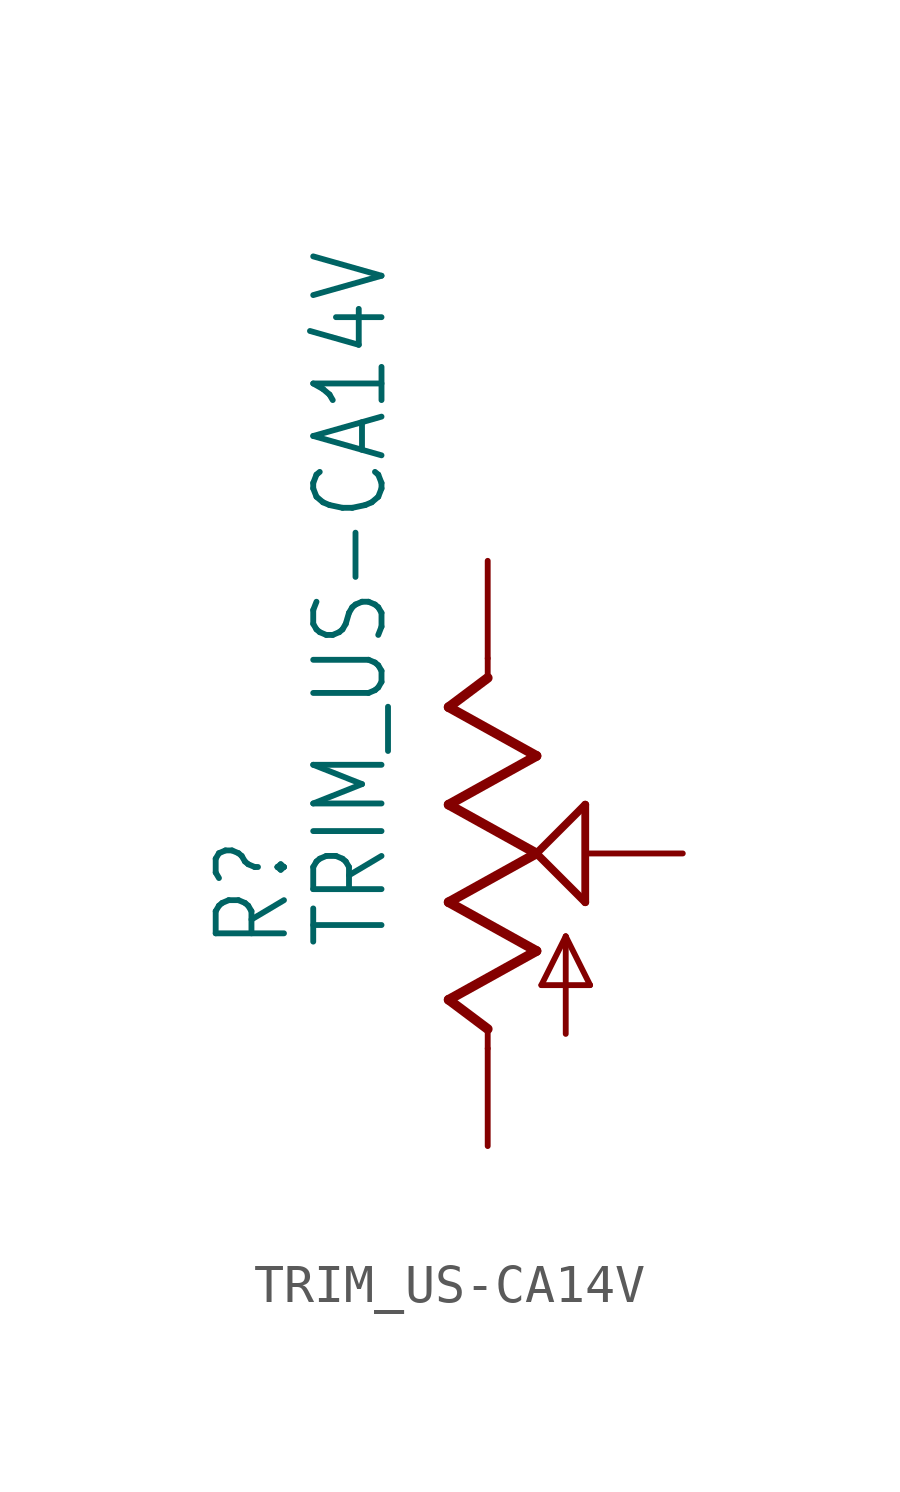
<source format=kicad_sym>
(kicad_symbol_lib
  (version 20211014)
  (generator kicad_symbol_editor)
  (symbol "TRIM_US-CA14V"
    (property "Reference" "R"
      (at -5.08 -2.54 90)
      (effects (font (size 1.778 1.511)) (justify left bottom)))
    (property "Value" "TRIM_US-CA14V"
      (at -2.54 -2.54 90)
      (effects (font (size 1.778 1.511)) (justify left bottom)))
    (property "ki_locked" ""
      (at 0 0 0)
      (effects (font (size 1.27 1.27))))
    (symbol "TRIM_US-CA14V_1_0"
      (polyline (pts (xy -1.016 -3.81) (xy 1.27 -2.54)) (stroke (width 0.254) (type default) (color 0 0 0 0)) (fill (type none)))
      (polyline (pts (xy -1.016 -1.27) (xy 1.27 0)) (stroke (width 0.254) (type default) (color 0 0 0 0)) (fill (type none)))
      (polyline (pts (xy -1.016 1.27) (xy 1.27 2.54)) (stroke (width 0.254) (type default) (color 0 0 0 0)) (fill (type none)))
      (polyline (pts (xy -1.016 3.81) (xy 0 4.572)) (stroke (width 0.254) (type default) (color 0 0 0 0)) (fill (type none)))
      (polyline (pts (xy 0 -5.08) (xy 0 -4.572)) (stroke (width 0.152) (type default) (color 0 0 0 0)) (fill (type none)))
      (polyline (pts (xy 0 -4.572) (xy -1.016 -3.81)) (stroke (width 0.254) (type default) (color 0 0 0 0)) (fill (type none)))
      (polyline (pts (xy 0 4.572) (xy 0 5.08)) (stroke (width 0.152) (type default) (color 0 0 0 0)) (fill (type none)))
      (polyline (pts (xy 1.27 -2.54) (xy -1.016 -1.27)) (stroke (width 0.254) (type default) (color 0 0 0 0)) (fill (type none)))
      (polyline (pts (xy 1.27 0) (xy -1.016 1.27)) (stroke (width 0.254) (type default) (color 0 0 0 0)) (fill (type none)))
      (polyline (pts (xy 1.27 0) (xy 2.54 1.27)) (stroke (width 0.203) (type default) (color 0 0 0 0)) (fill (type none)))
      (polyline (pts (xy 1.27 2.54) (xy -1.016 3.81)) (stroke (width 0.254) (type default) (color 0 0 0 0)) (fill (type none)))
      (polyline (pts (xy 1.397 -3.429) (xy 2.032 -2.159)) (stroke (width 0.152) (type default) (color 0 0 0 0)) (fill (type none)))
      (polyline (pts (xy 2.032 -4.699) (xy 2.032 -2.159)) (stroke (width 0.152) (type default) (color 0 0 0 0)) (fill (type none)))
      (polyline (pts (xy 2.032 -2.159) (xy 2.667 -3.429)) (stroke (width 0.152) (type default) (color 0 0 0 0)) (fill (type none)))
      (polyline (pts (xy 2.54 -1.27) (xy 1.27 0)) (stroke (width 0.203) (type default) (color 0 0 0 0)) (fill (type none)))
      (polyline (pts (xy 2.54 1.27) (xy 2.54 -1.27)) (stroke (width 0.203) (type default) (color 0 0 0 0)) (fill (type none)))
      (polyline (pts (xy 2.667 -3.429) (xy 1.397 -3.429)) (stroke (width 0.152) (type default) (color 0 0 0 0)) (fill (type none)))
      (pin passive line (at 0 -7.62 90) (length 2.54) (name "A" (effects (font (size 0 0)))) (number "A" (effects (font (size 0 0)))))
      (pin passive line (at 0 7.62 270) (length 2.54) (name "E" (effects (font (size 0 0)))) (number "E" (effects (font (size 0 0)))))
      (pin passive line (at 5.08 0 180) (length 2.54) (name "S" (effects (font (size 0 0)))) (number "S" (effects (font (size 0 0))))))))
</source>
